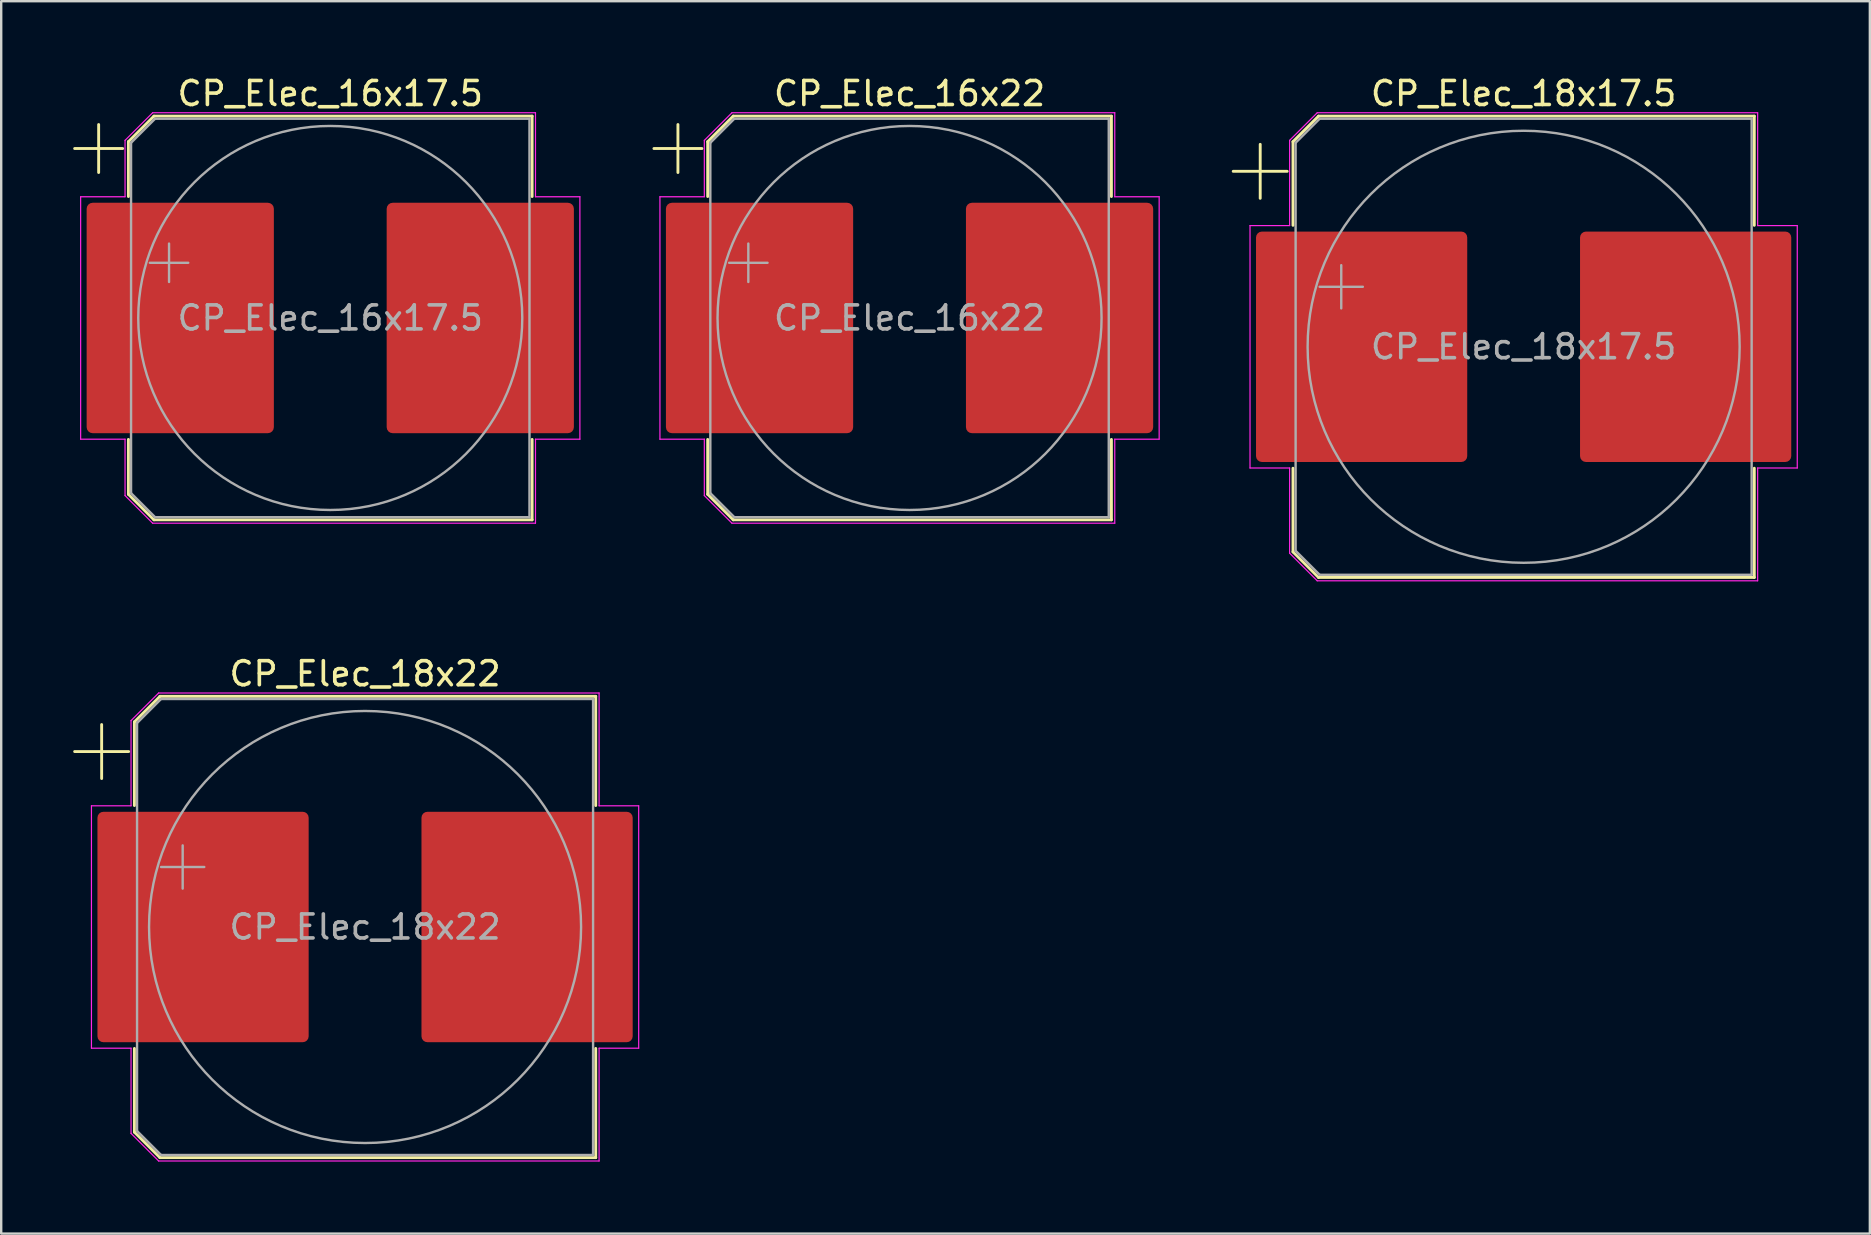
<source format=kicad_pcb>
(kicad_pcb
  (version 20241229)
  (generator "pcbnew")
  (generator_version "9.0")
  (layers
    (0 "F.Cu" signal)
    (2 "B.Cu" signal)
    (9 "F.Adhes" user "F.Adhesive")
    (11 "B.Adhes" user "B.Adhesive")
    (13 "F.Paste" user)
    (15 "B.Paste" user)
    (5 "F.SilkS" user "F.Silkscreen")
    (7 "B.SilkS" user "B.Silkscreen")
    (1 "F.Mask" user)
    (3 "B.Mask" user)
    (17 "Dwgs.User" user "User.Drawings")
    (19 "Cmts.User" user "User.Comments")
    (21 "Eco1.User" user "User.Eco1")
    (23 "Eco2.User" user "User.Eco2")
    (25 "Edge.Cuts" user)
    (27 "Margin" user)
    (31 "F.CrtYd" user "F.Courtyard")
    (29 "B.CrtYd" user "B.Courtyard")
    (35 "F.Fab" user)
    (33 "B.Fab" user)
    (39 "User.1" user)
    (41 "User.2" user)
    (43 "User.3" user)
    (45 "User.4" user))
  (footprint "CP_Elec_16x17.5"
    (layer "F.Cu")
    (at 10.71 10.198)
    (property "Reference" "CP_Elec_16x17.5" (at 0 -9.35 0) (layer "F.SilkS") (effects (font (size 1 1) (thickness 0.15))))
    (attr smd)
    (fp_line (start -10.65 -7.06) (end -8.65 -7.06) (stroke (width 0.12) (type solid)) (layer "F.SilkS"))
    (fp_line (start -9.65 -8.06) (end -9.65 -6.06) (stroke (width 0.12) (type solid)) (layer "F.SilkS"))
    (fp_line (start -8.41 -7.346) (end -8.41 -5.06) (stroke (width 0.12) (type solid)) (layer "F.SilkS"))
    (fp_line (start -8.41 -7.346) (end -7.346 -8.41) (stroke (width 0.12) (type solid)) (layer "F.SilkS"))
    (fp_line (start -8.41 7.346) (end -8.41 5.06) (stroke (width 0.12) (type solid)) (layer "F.SilkS"))
    (fp_line (start -8.41 7.346) (end -7.346 8.41) (stroke (width 0.12) (type solid)) (layer "F.SilkS"))
    (fp_line (start -7.346 -8.41) (end 8.41 -8.41) (stroke (width 0.12) (type solid)) (layer "F.SilkS"))
    (fp_line (start -7.346 8.41) (end 8.41 8.41) (stroke (width 0.12) (type solid)) (layer "F.SilkS"))
    (fp_line (start 8.41 -8.41) (end 8.41 -5.06) (stroke (width 0.12) (type solid)) (layer "F.SilkS"))
    (fp_line (start 8.41 8.41) (end 8.41 5.06) (stroke (width 0.12) (type solid)) (layer "F.SilkS"))
    (fp_line (start -10.4 -5.05) (end -10.4 5.05) (stroke (width 0.05) (type solid)) (layer "F.CrtYd"))
    (fp_line (start -10.4 5.05) (end -8.55 5.05) (stroke (width 0.05) (type solid)) (layer "F.CrtYd"))
    (fp_line (start -8.55 -7.4) (end -8.55 -5.05) (stroke (width 0.05) (type solid)) (layer "F.CrtYd"))
    (fp_line (start -8.55 -7.4) (end -7.4 -8.55) (stroke (width 0.05) (type solid)) (layer "F.CrtYd"))
    (fp_line (start -8.55 -5.05) (end -10.4 -5.05) (stroke (width 0.05) (type solid)) (layer "F.CrtYd"))
    (fp_line (start -8.55 5.05) (end -8.55 7.4) (stroke (width 0.05) (type solid)) (layer "F.CrtYd"))
    (fp_line (start -8.55 7.4) (end -7.4 8.55) (stroke (width 0.05) (type solid)) (layer "F.CrtYd"))
    (fp_line (start -7.4 -8.55) (end 8.55 -8.55) (stroke (width 0.05) (type solid)) (layer "F.CrtYd"))
    (fp_line (start -7.4 8.55) (end 8.55 8.55) (stroke (width 0.05) (type solid)) (layer "F.CrtYd"))
    (fp_line (start 8.55 -8.55) (end 8.55 -5.05) (stroke (width 0.05) (type solid)) (layer "F.CrtYd"))
    (fp_line (start 8.55 -5.05) (end 10.4 -5.05) (stroke (width 0.05) (type solid)) (layer "F.CrtYd"))
    (fp_line (start 8.55 5.05) (end 8.55 8.55) (stroke (width 0.05) (type solid)) (layer "F.CrtYd"))
    (fp_line (start 10.4 -5.05) (end 10.4 5.05) (stroke (width 0.05) (type solid)) (layer "F.CrtYd"))
    (fp_line (start 10.4 5.05) (end 8.55 5.05) (stroke (width 0.05) (type solid)) (layer "F.CrtYd"))
    (fp_line (start -8.3 -7.3) (end -8.3 7.3) (stroke (width 0.1) (type solid)) (layer "F.Fab"))
    (fp_line (start -8.3 -7.3) (end -7.3 -8.3) (stroke (width 0.1) (type solid)) (layer "F.Fab"))
    (fp_line (start -8.3 7.3) (end -7.3 8.3) (stroke (width 0.1) (type solid)) (layer "F.Fab"))
    (fp_line (start -7.517 -2.3) (end -5.917 -2.3) (stroke (width 0.1) (type solid)) (layer "F.Fab"))
    (fp_line (start -7.3 -8.3) (end 8.3 -8.3) (stroke (width 0.1) (type solid)) (layer "F.Fab"))
    (fp_line (start -7.3 8.3) (end 8.3 8.3) (stroke (width 0.1) (type solid)) (layer "F.Fab"))
    (fp_line (start -6.717 -3.1) (end -6.717 -1.5) (stroke (width 0.1) (type solid)) (layer "F.Fab"))
    (fp_line (start 8.3 -8.3) (end 8.3 8.3) (stroke (width 0.1) (type solid)) (layer "F.Fab"))
    (fp_circle (center 0 0) (end 8 0) (stroke (width 0.1) (type solid)) (fill no) (layer "F.Fab"))
    (fp_text user "${REFERENCE}" (at 0 0 0) (layer "F.Fab") (effects (font (size 1 1) (thickness 0.15))))
    (pad "1" smd roundrect (at -6.25 0) (size 7.8 9.6) (layers "F.Cu" "F.Mask" "F.Paste") (roundrect_rratio 0.032))
    (pad "2" smd roundrect (at 6.25 0) (size 7.8 9.6) (layers "F.Cu" "F.Mask" "F.Paste") (roundrect_rratio 0.032)))
  (footprint "CP_Elec_18x22"
    (layer "F.Cu")
    (at 12.16 35.572)
    (property "Reference" "CP_Elec_18x22" (at 0 -10.55 0) (layer "F.SilkS") (effects (font (size 1 1) (thickness 0.15))))
    (attr smd)
    (fp_line (start -12.1 -7.31) (end -9.85 -7.31) (stroke (width 0.12) (type solid)) (layer "F.SilkS"))
    (fp_line (start -10.975 -8.435) (end -10.975 -6.185) (stroke (width 0.12) (type solid)) (layer "F.SilkS"))
    (fp_line (start -9.61 -8.546) (end -9.61 -5.06) (stroke (width 0.12) (type solid)) (layer "F.SilkS"))
    (fp_line (start -9.61 -8.546) (end -8.546 -9.61) (stroke (width 0.12) (type solid)) (layer "F.SilkS"))
    (fp_line (start -9.61 8.546) (end -9.61 5.06) (stroke (width 0.12) (type solid)) (layer "F.SilkS"))
    (fp_line (start -9.61 8.546) (end -8.546 9.61) (stroke (width 0.12) (type solid)) (layer "F.SilkS"))
    (fp_line (start -8.546 -9.61) (end 9.61 -9.61) (stroke (width 0.12) (type solid)) (layer "F.SilkS"))
    (fp_line (start -8.546 9.61) (end 9.61 9.61) (stroke (width 0.12) (type solid)) (layer "F.SilkS"))
    (fp_line (start 9.61 -9.61) (end 9.61 -5.06) (stroke (width 0.12) (type solid)) (layer "F.SilkS"))
    (fp_line (start 9.61 9.61) (end 9.61 5.06) (stroke (width 0.12) (type solid)) (layer "F.SilkS"))
    (fp_line (start -11.4 -5.05) (end -11.4 5.05) (stroke (width 0.05) (type solid)) (layer "F.CrtYd"))
    (fp_line (start -11.4 5.05) (end -9.75 5.05) (stroke (width 0.05) (type solid)) (layer "F.CrtYd"))
    (fp_line (start -9.75 -8.6) (end -9.75 -5.05) (stroke (width 0.05) (type solid)) (layer "F.CrtYd"))
    (fp_line (start -9.75 -8.6) (end -8.6 -9.75) (stroke (width 0.05) (type solid)) (layer "F.CrtYd"))
    (fp_line (start -9.75 -5.05) (end -11.4 -5.05) (stroke (width 0.05) (type solid)) (layer "F.CrtYd"))
    (fp_line (start -9.75 5.05) (end -9.75 8.6) (stroke (width 0.05) (type solid)) (layer "F.CrtYd"))
    (fp_line (start -9.75 8.6) (end -8.6 9.75) (stroke (width 0.05) (type solid)) (layer "F.CrtYd"))
    (fp_line (start -8.6 -9.75) (end 9.75 -9.75) (stroke (width 0.05) (type solid)) (layer "F.CrtYd"))
    (fp_line (start -8.6 9.75) (end 9.75 9.75) (stroke (width 0.05) (type solid)) (layer "F.CrtYd"))
    (fp_line (start 9.75 -9.75) (end 9.75 -5.05) (stroke (width 0.05) (type solid)) (layer "F.CrtYd"))
    (fp_line (start 9.75 -5.05) (end 11.4 -5.05) (stroke (width 0.05) (type solid)) (layer "F.CrtYd"))
    (fp_line (start 9.75 5.05) (end 9.75 9.75) (stroke (width 0.05) (type solid)) (layer "F.CrtYd"))
    (fp_line (start 11.4 -5.05) (end 11.4 5.05) (stroke (width 0.05) (type solid)) (layer "F.CrtYd"))
    (fp_line (start 11.4 5.05) (end 9.75 5.05) (stroke (width 0.05) (type solid)) (layer "F.CrtYd"))
    (fp_line (start -9.5 -8.5) (end -9.5 8.5) (stroke (width 0.1) (type solid)) (layer "F.Fab"))
    (fp_line (start -9.5 -8.5) (end -8.5 -9.5) (stroke (width 0.1) (type solid)) (layer "F.Fab"))
    (fp_line (start -9.5 8.5) (end -8.5 9.5) (stroke (width 0.1) (type solid)) (layer "F.Fab"))
    (fp_line (start -8.5 -9.5) (end 9.5 -9.5) (stroke (width 0.1) (type solid)) (layer "F.Fab"))
    (fp_line (start -8.5 9.5) (end 9.5 9.5) (stroke (width 0.1) (type solid)) (layer "F.Fab"))
    (fp_line (start -8.499 -2.5) (end -6.699 -2.5) (stroke (width 0.1) (type solid)) (layer "F.Fab"))
    (fp_line (start -7.599 -3.4) (end -7.599 -1.6) (stroke (width 0.1) (type solid)) (layer "F.Fab"))
    (fp_line (start 9.5 -9.5) (end 9.5 9.5) (stroke (width 0.1) (type solid)) (layer "F.Fab"))
    (fp_circle (center 0 0) (end 9 0) (stroke (width 0.1) (type solid)) (fill no) (layer "F.Fab"))
    (fp_text user "${REFERENCE}" (at 0 0 0) (layer "F.Fab") (effects (font (size 1 1) (thickness 0.15))))
    (pad "1" smd roundrect (at -6.75 0) (size 8.8 9.6) (layers "F.Cu" "F.Mask" "F.Paste") (roundrect_rratio 0.028))
    (pad "2" smd roundrect (at 6.75 0) (size 8.8 9.6) (layers "F.Cu" "F.Mask" "F.Paste") (roundrect_rratio 0.028)))
  (footprint "CP_Elec_18x17.5"
    (layer "F.Cu")
    (at 60.43 11.398)
    (property "Reference" "CP_Elec_18x17.5" (at 0 -10.55 0) (layer "F.SilkS") (effects (font (size 1 1) (thickness 0.15))))
    (attr smd)
    (fp_line (start -12.1 -7.31) (end -9.85 -7.31) (stroke (width 0.12) (type solid)) (layer "F.SilkS"))
    (fp_line (start -10.975 -8.435) (end -10.975 -6.185) (stroke (width 0.12) (type solid)) (layer "F.SilkS"))
    (fp_line (start -9.61 -8.546) (end -9.61 -5.06) (stroke (width 0.12) (type solid)) (layer "F.SilkS"))
    (fp_line (start -9.61 -8.546) (end -8.546 -9.61) (stroke (width 0.12) (type solid)) (layer "F.SilkS"))
    (fp_line (start -9.61 8.546) (end -9.61 5.06) (stroke (width 0.12) (type solid)) (layer "F.SilkS"))
    (fp_line (start -9.61 8.546) (end -8.546 9.61) (stroke (width 0.12) (type solid)) (layer "F.SilkS"))
    (fp_line (start -8.546 -9.61) (end 9.61 -9.61) (stroke (width 0.12) (type solid)) (layer "F.SilkS"))
    (fp_line (start -8.546 9.61) (end 9.61 9.61) (stroke (width 0.12) (type solid)) (layer "F.SilkS"))
    (fp_line (start 9.61 -9.61) (end 9.61 -5.06) (stroke (width 0.12) (type solid)) (layer "F.SilkS"))
    (fp_line (start 9.61 9.61) (end 9.61 5.06) (stroke (width 0.12) (type solid)) (layer "F.SilkS"))
    (fp_line (start -11.4 -5.05) (end -11.4 5.05) (stroke (width 0.05) (type solid)) (layer "F.CrtYd"))
    (fp_line (start -11.4 5.05) (end -9.75 5.05) (stroke (width 0.05) (type solid)) (layer "F.CrtYd"))
    (fp_line (start -9.75 -8.6) (end -9.75 -5.05) (stroke (width 0.05) (type solid)) (layer "F.CrtYd"))
    (fp_line (start -9.75 -8.6) (end -8.6 -9.75) (stroke (width 0.05) (type solid)) (layer "F.CrtYd"))
    (fp_line (start -9.75 -5.05) (end -11.4 -5.05) (stroke (width 0.05) (type solid)) (layer "F.CrtYd"))
    (fp_line (start -9.75 5.05) (end -9.75 8.6) (stroke (width 0.05) (type solid)) (layer "F.CrtYd"))
    (fp_line (start -9.75 8.6) (end -8.6 9.75) (stroke (width 0.05) (type solid)) (layer "F.CrtYd"))
    (fp_line (start -8.6 -9.75) (end 9.75 -9.75) (stroke (width 0.05) (type solid)) (layer "F.CrtYd"))
    (fp_line (start -8.6 9.75) (end 9.75 9.75) (stroke (width 0.05) (type solid)) (layer "F.CrtYd"))
    (fp_line (start 9.75 -9.75) (end 9.75 -5.05) (stroke (width 0.05) (type solid)) (layer "F.CrtYd"))
    (fp_line (start 9.75 -5.05) (end 11.4 -5.05) (stroke (width 0.05) (type solid)) (layer "F.CrtYd"))
    (fp_line (start 9.75 5.05) (end 9.75 9.75) (stroke (width 0.05) (type solid)) (layer "F.CrtYd"))
    (fp_line (start 11.4 -5.05) (end 11.4 5.05) (stroke (width 0.05) (type solid)) (layer "F.CrtYd"))
    (fp_line (start 11.4 5.05) (end 9.75 5.05) (stroke (width 0.05) (type solid)) (layer "F.CrtYd"))
    (fp_line (start -9.5 -8.5) (end -9.5 8.5) (stroke (width 0.1) (type solid)) (layer "F.Fab"))
    (fp_line (start -9.5 -8.5) (end -8.5 -9.5) (stroke (width 0.1) (type solid)) (layer "F.Fab"))
    (fp_line (start -9.5 8.5) (end -8.5 9.5) (stroke (width 0.1) (type solid)) (layer "F.Fab"))
    (fp_line (start -8.5 -9.5) (end 9.5 -9.5) (stroke (width 0.1) (type solid)) (layer "F.Fab"))
    (fp_line (start -8.5 9.5) (end 9.5 9.5) (stroke (width 0.1) (type solid)) (layer "F.Fab"))
    (fp_line (start -8.499 -2.5) (end -6.699 -2.5) (stroke (width 0.1) (type solid)) (layer "F.Fab"))
    (fp_line (start -7.599 -3.4) (end -7.599 -1.6) (stroke (width 0.1) (type solid)) (layer "F.Fab"))
    (fp_line (start 9.5 -9.5) (end 9.5 9.5) (stroke (width 0.1) (type solid)) (layer "F.Fab"))
    (fp_circle (center 0 0) (end 9 0) (stroke (width 0.1) (type solid)) (fill no) (layer "F.Fab"))
    (fp_text user "${REFERENCE}" (at 0 0 0) (layer "F.Fab") (effects (font (size 1 1) (thickness 0.15))))
    (pad "1" smd roundrect (at -6.75 0) (size 8.8 9.6) (layers "F.Cu" "F.Mask" "F.Paste") (roundrect_rratio 0.028))
    (pad "2" smd roundrect (at 6.75 0) (size 8.8 9.6) (layers "F.Cu" "F.Mask" "F.Paste") (roundrect_rratio 0.028)))
  (footprint "CP_Elec_16x22"
    (layer "F.Cu")
    (at 34.845 10.198)
    (property "Reference" "CP_Elec_16x22" (at 0 -9.35 0) (layer "F.SilkS") (effects (font (size 1 1) (thickness 0.15))))
    (attr smd)
    (fp_line (start -10.65 -7.06) (end -8.65 -7.06) (stroke (width 0.12) (type solid)) (layer "F.SilkS"))
    (fp_line (start -9.65 -8.06) (end -9.65 -6.06) (stroke (width 0.12) (type solid)) (layer "F.SilkS"))
    (fp_line (start -8.41 -7.346) (end -8.41 -5.06) (stroke (width 0.12) (type solid)) (layer "F.SilkS"))
    (fp_line (start -8.41 -7.346) (end -7.346 -8.41) (stroke (width 0.12) (type solid)) (layer "F.SilkS"))
    (fp_line (start -8.41 7.346) (end -8.41 5.06) (stroke (width 0.12) (type solid)) (layer "F.SilkS"))
    (fp_line (start -8.41 7.346) (end -7.346 8.41) (stroke (width 0.12) (type solid)) (layer "F.SilkS"))
    (fp_line (start -7.346 -8.41) (end 8.41 -8.41) (stroke (width 0.12) (type solid)) (layer "F.SilkS"))
    (fp_line (start -7.346 8.41) (end 8.41 8.41) (stroke (width 0.12) (type solid)) (layer "F.SilkS"))
    (fp_line (start 8.41 -8.41) (end 8.41 -5.06) (stroke (width 0.12) (type solid)) (layer "F.SilkS"))
    (fp_line (start 8.41 8.41) (end 8.41 5.06) (stroke (width 0.12) (type solid)) (layer "F.SilkS"))
    (fp_line (start -10.4 -5.05) (end -10.4 5.05) (stroke (width 0.05) (type solid)) (layer "F.CrtYd"))
    (fp_line (start -10.4 5.05) (end -8.55 5.05) (stroke (width 0.05) (type solid)) (layer "F.CrtYd"))
    (fp_line (start -8.55 -7.4) (end -8.55 -5.05) (stroke (width 0.05) (type solid)) (layer "F.CrtYd"))
    (fp_line (start -8.55 -7.4) (end -7.4 -8.55) (stroke (width 0.05) (type solid)) (layer "F.CrtYd"))
    (fp_line (start -8.55 -5.05) (end -10.4 -5.05) (stroke (width 0.05) (type solid)) (layer "F.CrtYd"))
    (fp_line (start -8.55 5.05) (end -8.55 7.4) (stroke (width 0.05) (type solid)) (layer "F.CrtYd"))
    (fp_line (start -8.55 7.4) (end -7.4 8.55) (stroke (width 0.05) (type solid)) (layer "F.CrtYd"))
    (fp_line (start -7.4 -8.55) (end 8.55 -8.55) (stroke (width 0.05) (type solid)) (layer "F.CrtYd"))
    (fp_line (start -7.4 8.55) (end 8.55 8.55) (stroke (width 0.05) (type solid)) (layer "F.CrtYd"))
    (fp_line (start 8.55 -8.55) (end 8.55 -5.05) (stroke (width 0.05) (type solid)) (layer "F.CrtYd"))
    (fp_line (start 8.55 -5.05) (end 10.4 -5.05) (stroke (width 0.05) (type solid)) (layer "F.CrtYd"))
    (fp_line (start 8.55 5.05) (end 8.55 8.55) (stroke (width 0.05) (type solid)) (layer "F.CrtYd"))
    (fp_line (start 10.4 -5.05) (end 10.4 5.05) (stroke (width 0.05) (type solid)) (layer "F.CrtYd"))
    (fp_line (start 10.4 5.05) (end 8.55 5.05) (stroke (width 0.05) (type solid)) (layer "F.CrtYd"))
    (fp_line (start -8.3 -7.3) (end -8.3 7.3) (stroke (width 0.1) (type solid)) (layer "F.Fab"))
    (fp_line (start -8.3 -7.3) (end -7.3 -8.3) (stroke (width 0.1) (type solid)) (layer "F.Fab"))
    (fp_line (start -8.3 7.3) (end -7.3 8.3) (stroke (width 0.1) (type solid)) (layer "F.Fab"))
    (fp_line (start -7.517 -2.3) (end -5.917 -2.3) (stroke (width 0.1) (type solid)) (layer "F.Fab"))
    (fp_line (start -7.3 -8.3) (end 8.3 -8.3) (stroke (width 0.1) (type solid)) (layer "F.Fab"))
    (fp_line (start -7.3 8.3) (end 8.3 8.3) (stroke (width 0.1) (type solid)) (layer "F.Fab"))
    (fp_line (start -6.717 -3.1) (end -6.717 -1.5) (stroke (width 0.1) (type solid)) (layer "F.Fab"))
    (fp_line (start 8.3 -8.3) (end 8.3 8.3) (stroke (width 0.1) (type solid)) (layer "F.Fab"))
    (fp_circle (center 0 0) (end 8 0) (stroke (width 0.1) (type solid)) (fill no) (layer "F.Fab"))
    (fp_text user "${REFERENCE}" (at 0 0 0) (layer "F.Fab") (effects (font (size 1 1) (thickness 0.15))))
    (pad "1" smd roundrect (at -6.25 0) (size 7.8 9.6) (layers "F.Cu" "F.Mask" "F.Paste") (roundrect_rratio 0.032))
    (pad "2" smd roundrect (at 6.25 0) (size 7.8 9.6) (layers "F.Cu" "F.Mask" "F.Paste") (roundrect_rratio 0.032)))
  (gr_rect
    (start -3 -3)
    (end 74.855 48.346)
    (stroke (width 0.1) (type default))
    (fill no)
    (layer "Edge.Cuts")))
</source>
